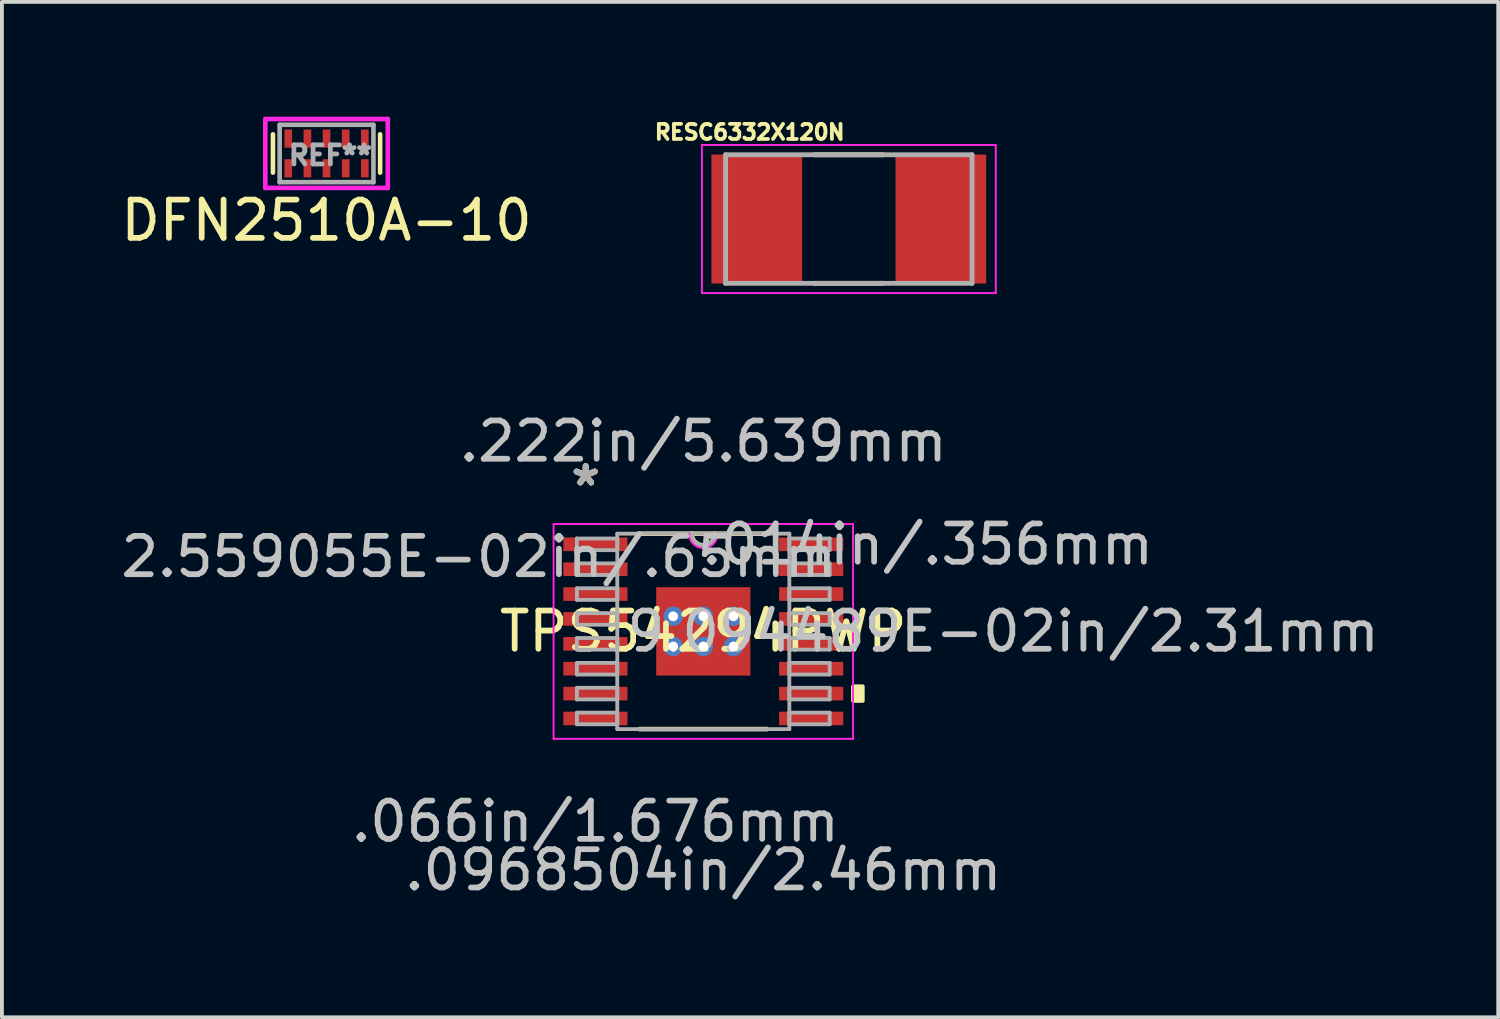
<source format=kicad_pcb>
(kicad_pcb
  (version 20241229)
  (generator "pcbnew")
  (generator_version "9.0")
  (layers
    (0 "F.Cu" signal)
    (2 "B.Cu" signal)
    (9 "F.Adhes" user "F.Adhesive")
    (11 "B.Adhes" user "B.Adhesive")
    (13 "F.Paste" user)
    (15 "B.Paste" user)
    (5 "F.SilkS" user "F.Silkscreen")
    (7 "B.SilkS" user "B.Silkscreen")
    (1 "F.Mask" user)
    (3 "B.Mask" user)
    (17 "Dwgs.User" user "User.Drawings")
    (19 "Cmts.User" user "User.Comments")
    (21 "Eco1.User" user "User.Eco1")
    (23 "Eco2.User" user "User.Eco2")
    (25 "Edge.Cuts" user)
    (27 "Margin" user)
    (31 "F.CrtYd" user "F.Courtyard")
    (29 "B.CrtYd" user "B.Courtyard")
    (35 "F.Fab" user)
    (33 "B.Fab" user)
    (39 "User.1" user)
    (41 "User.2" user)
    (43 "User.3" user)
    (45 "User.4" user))
  (footprint "DFN2510A-10"
    (layer "F.Cu")
    (at 5.482 0.96)
    (property "Reference" "DFN2510A-10" (at 0 1.75 0) (layer "F.SilkS") (effects (font (size 1 1) (thickness 0.15))))
    (attr through_hole)
    (fp_line (start -1.4 -0.5) (end -1.4 0.5) (stroke (width 0.12) (type solid)) (layer "F.SilkS"))
    (fp_line (start 1.4 -0.5) (end 1.4 0.5) (stroke (width 0.12) (type solid)) (layer "F.SilkS"))
    (fp_line (start -1.6 -0.9) (end -1.6 0.9) (stroke (width 0.12) (type solid)) (layer "F.CrtYd"))
    (fp_line (start -1.6 0.9) (end 1.6 0.9) (stroke (width 0.12) (type solid)) (layer "F.CrtYd"))
    (fp_line (start 0 -0.9) (end -1.6 -0.9) (stroke (width 0.12) (type solid)) (layer "F.CrtYd"))
    (fp_line (start 1.6 -0.9) (end 0 -0.9) (stroke (width 0.12) (type solid)) (layer "F.CrtYd"))
    (fp_line (start 1.6 0.9) (end 1.6 -0.9) (stroke (width 0.12) (type solid)) (layer "F.CrtYd"))
    (fp_line (start -1.225 -0.75) (end 1.225 -0.75) (stroke (width 0.12) (type solid)) (layer "F.Fab"))
    (fp_line (start -1.225 0.75) (end -1.225 -0.75) (stroke (width 0.12) (type solid)) (layer "F.Fab"))
    (fp_line (start 1.225 -0.75) (end 1.225 0.75) (stroke (width 0.12) (type solid)) (layer "F.Fab"))
    (fp_line (start 1.225 0.75) (end -1.225 0.75) (stroke (width 0.12) (type solid)) (layer "F.Fab"))
    (fp_text user "REF**" (at 0.1 0.05 0) (layer "F.Fab") (effects (font (size 0.5 0.5) (thickness 0.125))))
    (pad "1" smd rect (at -1 -0.388) (size 0.2 0.475) (layers "F.Cu" "F.Mask" "F.Paste"))
    (pad "2" smd rect (at -0.5 -0.388) (size 0.2 0.475) (layers "F.Cu" "F.Mask" "F.Paste"))
    (pad "3" smd rect (at 0 -0.388) (size 0.2 0.475) (layers "F.Cu" "F.Mask" "F.Paste"))
    (pad "4" smd rect (at 0.5 -0.388) (size 0.2 0.475) (layers "F.Cu" "F.Mask" "F.Paste"))
    (pad "5" smd rect (at 1 -0.388) (size 0.2 0.475) (layers "F.Cu" "F.Mask" "F.Paste"))
    (pad "6" smd rect (at 1 0.388) (size 0.2 0.475) (layers "F.Cu" "F.Mask" "F.Paste"))
    (pad "7" smd rect (at 0.5 0.388) (size 0.2 0.475) (layers "F.Cu" "F.Mask" "F.Paste"))
    (pad "8" smd rect (at 0 0.388) (size 0.2 0.475) (layers "F.Cu" "F.Mask" "F.Paste"))
    (pad "9" smd rect (at -0.5 0.388) (size 0.2 0.475) (layers "F.Cu" "F.Mask" "F.Paste"))
    (pad "10" smd rect (at -1 0.388) (size 0.2 0.475) (layers "F.Cu" "F.Mask" "F.Paste")))
  (footprint "RESC6332X120N"
    (layer "F.Cu")
    (at 19.128 2.673)
    (property "Reference" "RESC6332X120N" (at -2.59 -2.27 0) (layer "F.SilkS") (effects (font (size 0.394 0.394) (thickness 0.15))))
    (attr through_hole)
    (fp_line (start -0.9 -1.68) (end 0.9 -1.68) (stroke (width 0.127) (type solid)) (layer "F.SilkS"))
    (fp_line (start -0.9 1.68) (end 0.9 1.68) (stroke (width 0.127) (type solid)) (layer "F.SilkS"))
    (fp_line (start -3.84 -1.935) (end 3.84 -1.935) (stroke (width 0.05) (type solid)) (layer "F.CrtYd"))
    (fp_line (start -3.84 1.935) (end -3.84 -1.935) (stroke (width 0.05) (type solid)) (layer "F.CrtYd"))
    (fp_line (start -3.84 1.935) (end 3.84 1.935) (stroke (width 0.05) (type solid)) (layer "F.CrtYd"))
    (fp_line (start 3.84 1.935) (end 3.84 -1.935) (stroke (width 0.05) (type solid)) (layer "F.CrtYd"))
    (fp_line (start -3.22 1.68) (end -3.22 -1.68) (stroke (width 0.127) (type solid)) (layer "F.Fab"))
    (fp_line (start 3.22 -1.68) (end -3.22 -1.68) (stroke (width 0.127) (type solid)) (layer "F.Fab"))
    (fp_line (start 3.22 1.68) (end -3.22 1.68) (stroke (width 0.127) (type solid)) (layer "F.Fab"))
    (fp_line (start 3.22 1.68) (end 3.22 -1.68) (stroke (width 0.127) (type solid)) (layer "F.Fab"))
    (pad "1" smd rect (at -2.405 0) (size 2.37 3.37) (layers "F.Cu" "F.Mask" "F.Paste"))
    (pad "2" smd rect (at 2.405 0) (size 2.37 3.37) (layers "F.Cu" "F.Mask" "F.Paste")))
  (footprint "TPS54294PWP"
    (layer "F.Cu")
    (at 15.326 13.447)
    (property "Reference" "TPS54294PWP" (at 0 0 0) (layer "F.SilkS") (effects (font (size 1 1) (thickness 0.15))))
    (attr through_hole)
    (fp_poly (pts (xy -1.294 -1.218) (xy -0.987 -1.218) (xy -0.987 1.218) (xy -1.294 1.218)) (stroke (width 0.1) (type solid)) (fill yes) (layer "F.Mask"))
    (fp_poly (pts (xy -1.294 -1.218) (xy 1.294 -1.218) (xy 1.294 -0.594) (xy -1.294 -0.594)) (stroke (width 0.1) (type solid)) (fill yes) (layer "F.Mask"))
    (fp_poly (pts (xy -1.294 -0.194) (xy 1.294 -0.194) (xy 1.294 0.194) (xy -1.294 0.194)) (stroke (width 0.1) (type solid)) (fill yes) (layer "F.Mask"))
    (fp_poly (pts (xy -1.294 0.594) (xy 1.294 0.594) (xy 1.294 1.218) (xy -1.294 1.218)) (stroke (width 0.1) (type solid)) (fill yes) (layer "F.Mask"))
    (fp_poly (pts (xy -0.2 -1.218) (xy -0.587 -1.218) (xy -0.587 1.218) (xy -0.2 1.218)) (stroke (width 0.1) (type solid)) (fill yes) (layer "F.Mask"))
    (fp_poly (pts (xy 0.587 -1.218) (xy 0.2 -1.218) (xy 0.2 1.218) (xy 0.587 1.218)) (stroke (width 0.1) (type solid)) (fill yes) (layer "F.Mask"))
    (fp_poly (pts (xy 0.987 -1.218) (xy 1.294 -1.218) (xy 1.294 1.218) (xy 0.987 1.218)) (stroke (width 0.1) (type solid)) (fill yes) (layer "F.Mask"))
    (fp_line (start -1.664 2.553) (end 1.664 2.553) (stroke (width 0.12) (type solid)) (layer "F.SilkS"))
    (fp_line (start 1.664 -2.553) (end -1.664 -2.553) (stroke (width 0.12) (type solid)) (layer "F.SilkS"))
    (fp_arc (start 0.3048 -2.5527) (mid 0 -2.2479) (end -0.3048 -2.5527) (stroke (width 0.12) (type solid)) (layer "F.SilkS"))
    (fp_poly (pts (xy 4.166 1.435) (xy 4.166 1.816) (xy 3.912 1.816) (xy 3.912 1.435)) (stroke (width 0.1) (type solid)) (fill yes) (layer "F.SilkS"))
    (fp_poly (pts (xy -1.155 -1.08) (xy -1.155 -0.494) (xy -1.029 -0.494) (xy -0.887 -0.635) (xy -0.887 -1.08)) (stroke (width 0.1) (type solid)) (fill yes) (layer "F.Paste"))
    (fp_poly (pts (xy -1.155 0.494) (xy -1.155 1.08) (xy -0.887 1.08) (xy -0.887 0.635) (xy -1.029 0.494)) (stroke (width 0.1) (type solid)) (fill yes) (layer "F.Paste"))
    (fp_poly (pts (xy 0.887 -1.08) (xy 0.887 -0.635) (xy 1.029 -0.494) (xy 1.155 -0.494) (xy 1.155 -1.08)) (stroke (width 0.1) (type solid)) (fill yes) (layer "F.Paste"))
    (fp_poly (pts (xy 1.029 0.494) (xy 0.887 0.635) (xy 0.887 1.08) (xy 1.155 1.08) (xy 1.155 0.494)) (stroke (width 0.1) (type solid)) (fill yes) (layer "F.Paste"))
    (fp_poly (pts (xy -1.155 -0.294) (xy -1.155 0.294) (xy -1.029 0.294) (xy -0.887 0.152) (xy -0.887 -0.152) (xy -1.029 -0.294)) (stroke (width 0.1) (type solid)) (fill yes) (layer "F.Paste"))
    (fp_poly (pts (xy -0.687 -1.08) (xy -0.687 -0.635) (xy -0.546 -0.494) (xy -0.241 -0.494) (xy -0.1 -0.635) (xy -0.1 -1.08)) (stroke (width 0.1) (type solid)) (fill yes) (layer "F.Paste"))
    (fp_poly (pts (xy -0.546 0.494) (xy -0.687 0.635) (xy -0.687 1.08) (xy -0.1 1.08) (xy -0.1 0.635) (xy -0.241 0.494)) (stroke (width 0.1) (type solid)) (fill yes) (layer "F.Paste"))
    (fp_poly (pts (xy 0.1 -1.08) (xy 0.1 -0.635) (xy 0.241 -0.494) (xy 0.546 -0.494) (xy 0.687 -0.635) (xy 0.687 -1.08)) (stroke (width 0.1) (type solid)) (fill yes) (layer "F.Paste"))
    (fp_poly (pts (xy 0.241 0.494) (xy 0.1 0.635) (xy 0.1 1.08) (xy 0.687 1.08) (xy 0.687 0.635) (xy 0.546 0.494)) (stroke (width 0.1) (type solid)) (fill yes) (layer "F.Paste"))
    (fp_poly (pts (xy 1.029 -0.294) (xy 0.887 -0.152) (xy 0.887 0.152) (xy 1.029 0.294) (xy 1.155 0.294) (xy 1.155 -0.294)) (stroke (width 0.1) (type solid)) (fill yes) (layer "F.Paste"))
    (fp_poly (pts (xy -0.546 -0.294) (xy -0.687 -0.152) (xy -0.687 0.152) (xy -0.546 0.294) (xy -0.241 0.294) (xy -0.1 0.152) (xy -0.1 -0.152) (xy -0.241 -0.294)) (stroke (width 0.1) (type solid)) (fill yes) (layer "F.Paste"))
    (fp_poly (pts (xy 0.241 -0.294) (xy 0.1 -0.152) (xy 0.1 0.152) (xy 0.241 0.294) (xy 0.546 0.294) (xy 0.687 0.152) (xy 0.687 -0.152) (xy 0.546 -0.294)) (stroke (width 0.1) (type solid)) (fill yes) (layer "F.Paste"))
    (fp_line (start -3.912 -2.807) (end 3.912 -2.807) (stroke (width 0.05) (type solid)) (layer "F.CrtYd"))
    (fp_line (start -3.912 2.807) (end -3.912 -2.807) (stroke (width 0.05) (type solid)) (layer "F.CrtYd"))
    (fp_line (start 3.912 -2.807) (end 3.912 2.807) (stroke (width 0.05) (type solid)) (layer "F.CrtYd"))
    (fp_line (start 3.912 2.807) (end -3.912 2.807) (stroke (width 0.05) (type solid)) (layer "F.CrtYd"))
    (fp_arc (start 0.37465 -2.5527) (mid 0 -2.17805) (end -0.37465 -2.5527) (stroke (width 0.05) (type solid)) (layer "F.CrtYd"))
    (fp_line (start -3.302 -2.427) (end -3.302 -2.123) (stroke (width 0.1) (type solid)) (layer "F.Fab"))
    (fp_line (start -3.302 -2.123) (end -2.248 -2.123) (stroke (width 0.1) (type solid)) (layer "F.Fab"))
    (fp_line (start -3.302 -1.777) (end -3.302 -1.473) (stroke (width 0.1) (type solid)) (layer "F.Fab"))
    (fp_line (start -3.302 -1.473) (end -2.248 -1.473) (stroke (width 0.1) (type solid)) (layer "F.Fab"))
    (fp_line (start -3.302 -1.127) (end -3.302 -0.823) (stroke (width 0.1) (type solid)) (layer "F.Fab"))
    (fp_line (start -3.302 -0.823) (end -2.248 -0.823) (stroke (width 0.1) (type solid)) (layer "F.Fab"))
    (fp_line (start -3.302 -0.477) (end -3.302 -0.173) (stroke (width 0.1) (type solid)) (layer "F.Fab"))
    (fp_line (start -3.302 -0.173) (end -2.248 -0.173) (stroke (width 0.1) (type solid)) (layer "F.Fab"))
    (fp_line (start -3.302 0.173) (end -3.302 0.477) (stroke (width 0.1) (type solid)) (layer "F.Fab"))
    (fp_line (start -3.302 0.477) (end -2.248 0.477) (stroke (width 0.1) (type solid)) (layer "F.Fab"))
    (fp_line (start -3.302 0.823) (end -3.302 1.127) (stroke (width 0.1) (type solid)) (layer "F.Fab"))
    (fp_line (start -3.302 1.127) (end -2.248 1.127) (stroke (width 0.1) (type solid)) (layer "F.Fab"))
    (fp_line (start -3.302 1.473) (end -3.302 1.777) (stroke (width 0.1) (type solid)) (layer "F.Fab"))
    (fp_line (start -3.302 1.777) (end -2.248 1.777) (stroke (width 0.1) (type solid)) (layer "F.Fab"))
    (fp_line (start -3.302 2.123) (end -3.302 2.427) (stroke (width 0.1) (type solid)) (layer "F.Fab"))
    (fp_line (start -3.302 2.427) (end -2.248 2.427) (stroke (width 0.1) (type solid)) (layer "F.Fab"))
    (fp_line (start -2.248 -2.553) (end -2.248 2.553) (stroke (width 0.1) (type solid)) (layer "F.Fab"))
    (fp_line (start -2.248 -2.427) (end -3.302 -2.427) (stroke (width 0.1) (type solid)) (layer "F.Fab"))
    (fp_line (start -2.248 -2.123) (end -2.248 -2.427) (stroke (width 0.1) (type solid)) (layer "F.Fab"))
    (fp_line (start -2.248 -1.777) (end -3.302 -1.777) (stroke (width 0.1) (type solid)) (layer "F.Fab"))
    (fp_line (start -2.248 -1.473) (end -2.248 -1.777) (stroke (width 0.1) (type solid)) (layer "F.Fab"))
    (fp_line (start -2.248 -1.127) (end -3.302 -1.127) (stroke (width 0.1) (type solid)) (layer "F.Fab"))
    (fp_line (start -2.248 -0.823) (end -2.248 -1.127) (stroke (width 0.1) (type solid)) (layer "F.Fab"))
    (fp_line (start -2.248 -0.477) (end -3.302 -0.477) (stroke (width 0.1) (type solid)) (layer "F.Fab"))
    (fp_line (start -2.248 -0.173) (end -2.248 -0.477) (stroke (width 0.1) (type solid)) (layer "F.Fab"))
    (fp_line (start -2.248 0.173) (end -3.302 0.173) (stroke (width 0.1) (type solid)) (layer "F.Fab"))
    (fp_line (start -2.248 0.477) (end -2.248 0.173) (stroke (width 0.1) (type solid)) (layer "F.Fab"))
    (fp_line (start -2.248 0.823) (end -3.302 0.823) (stroke (width 0.1) (type solid)) (layer "F.Fab"))
    (fp_line (start -2.248 1.127) (end -2.248 0.823) (stroke (width 0.1) (type solid)) (layer "F.Fab"))
    (fp_line (start -2.248 1.473) (end -3.302 1.473) (stroke (width 0.1) (type solid)) (layer "F.Fab"))
    (fp_line (start -2.248 1.777) (end -2.248 1.473) (stroke (width 0.1) (type solid)) (layer "F.Fab"))
    (fp_line (start -2.248 2.123) (end -3.302 2.123) (stroke (width 0.1) (type solid)) (layer "F.Fab"))
    (fp_line (start -2.248 2.427) (end -2.248 2.123) (stroke (width 0.1) (type solid)) (layer "F.Fab"))
    (fp_line (start -2.248 2.553) (end 2.248 2.553) (stroke (width 0.1) (type solid)) (layer "F.Fab"))
    (fp_line (start 2.248 -2.553) (end -2.248 -2.553) (stroke (width 0.1) (type solid)) (layer "F.Fab"))
    (fp_line (start 2.248 -2.427) (end 2.248 -2.123) (stroke (width 0.1) (type solid)) (layer "F.Fab"))
    (fp_line (start 2.248 -2.123) (end 3.302 -2.123) (stroke (width 0.1) (type solid)) (layer "F.Fab"))
    (fp_line (start 2.248 -1.777) (end 2.248 -1.473) (stroke (width 0.1) (type solid)) (layer "F.Fab"))
    (fp_line (start 2.248 -1.473) (end 3.302 -1.473) (stroke (width 0.1) (type solid)) (layer "F.Fab"))
    (fp_line (start 2.248 -1.127) (end 2.248 -0.823) (stroke (width 0.1) (type solid)) (layer "F.Fab"))
    (fp_line (start 2.248 -0.823) (end 3.302 -0.823) (stroke (width 0.1) (type solid)) (layer "F.Fab"))
    (fp_line (start 2.248 -0.477) (end 2.248 -0.173) (stroke (width 0.1) (type solid)) (layer "F.Fab"))
    (fp_line (start 2.248 -0.173) (end 3.302 -0.173) (stroke (width 0.1) (type solid)) (layer "F.Fab"))
    (fp_line (start 2.248 0.173) (end 2.248 0.477) (stroke (width 0.1) (type solid)) (layer "F.Fab"))
    (fp_line (start 2.248 0.477) (end 3.302 0.477) (stroke (width 0.1) (type solid)) (layer "F.Fab"))
    (fp_line (start 2.248 0.823) (end 2.248 1.127) (stroke (width 0.1) (type solid)) (layer "F.Fab"))
    (fp_line (start 2.248 1.127) (end 3.302 1.127) (stroke (width 0.1) (type solid)) (layer "F.Fab"))
    (fp_line (start 2.248 1.473) (end 2.248 1.777) (stroke (width 0.1) (type solid)) (layer "F.Fab"))
    (fp_line (start 2.248 1.777) (end 3.302 1.777) (stroke (width 0.1) (type solid)) (layer "F.Fab"))
    (fp_line (start 2.248 2.123) (end 2.248 2.427) (stroke (width 0.1) (type solid)) (layer "F.Fab"))
    (fp_line (start 2.248 2.427) (end 3.302 2.427) (stroke (width 0.1) (type solid)) (layer "F.Fab"))
    (fp_line (start 2.248 2.553) (end 2.248 -2.553) (stroke (width 0.1) (type solid)) (layer "F.Fab"))
    (fp_line (start 3.302 -2.427) (end 2.248 -2.427) (stroke (width 0.1) (type solid)) (layer "F.Fab"))
    (fp_line (start 3.302 -2.123) (end 3.302 -2.427) (stroke (width 0.1) (type solid)) (layer "F.Fab"))
    (fp_line (start 3.302 -1.777) (end 2.248 -1.777) (stroke (width 0.1) (type solid)) (layer "F.Fab"))
    (fp_line (start 3.302 -1.473) (end 3.302 -1.777) (stroke (width 0.1) (type solid)) (layer "F.Fab"))
    (fp_line (start 3.302 -1.127) (end 2.248 -1.127) (stroke (width 0.1) (type solid)) (layer "F.Fab"))
    (fp_line (start 3.302 -0.823) (end 3.302 -1.127) (stroke (width 0.1) (type solid)) (layer "F.Fab"))
    (fp_line (start 3.302 -0.477) (end 2.248 -0.477) (stroke (width 0.1) (type solid)) (layer "F.Fab"))
    (fp_line (start 3.302 -0.173) (end 3.302 -0.477) (stroke (width 0.1) (type solid)) (layer "F.Fab"))
    (fp_line (start 3.302 0.173) (end 2.248 0.173) (stroke (width 0.1) (type solid)) (layer "F.Fab"))
    (fp_line (start 3.302 0.477) (end 3.302 0.173) (stroke (width 0.1) (type solid)) (layer "F.Fab"))
    (fp_line (start 3.302 0.823) (end 2.248 0.823) (stroke (width 0.1) (type solid)) (layer "F.Fab"))
    (fp_line (start 3.302 1.127) (end 3.302 0.823) (stroke (width 0.1) (type solid)) (layer "F.Fab"))
    (fp_line (start 3.302 1.473) (end 2.248 1.473) (stroke (width 0.1) (type solid)) (layer "F.Fab"))
    (fp_line (start 3.302 1.777) (end 3.302 1.473) (stroke (width 0.1) (type solid)) (layer "F.Fab"))
    (fp_line (start 3.302 2.123) (end 2.248 2.123) (stroke (width 0.1) (type solid)) (layer "F.Fab"))
    (fp_line (start 3.302 2.427) (end 3.302 2.123) (stroke (width 0.1) (type solid)) (layer "F.Fab"))
    (fp_arc (start 0.3048 -2.5527) (mid 0 -2.2479) (end -0.3048 -2.5527) (stroke (width 0.1) (type solid)) (layer "F.Fab"))
    (fp_text user "*" (at -3.073 -3.774 0) (layer "F.SilkS") (effects (font (size 1 1) (thickness 0.15))))
    (fp_text user "*" (at -3.073 -3.774 0) (layer "F.SilkS") (effects (font (size 1 1) (thickness 0.15))))
    (fp_text user "9.094489E-02in/2.31mm" (at 7.836 0 0) (layer "Dwgs.User") (effects (font (size 1 1) (thickness 0.15))))
    (fp_text user "2.559055E-02in/.65mm" (at -5.867 -1.95 0) (layer "Dwgs.User") (effects (font (size 1 1) (thickness 0.15))))
    (fp_text user ".066in/1.676mm" (at -2.819 4.966 0) (layer "Dwgs.User") (effects (font (size 1 1) (thickness 0.15))))
    (fp_text user ".014in/.356mm" (at 5.867 -2.275 0) (layer "Dwgs.User") (effects (font (size 1 1) (thickness 0.15))))
    (fp_text user ".0968504in/2.46mm" (at 0 6.236 0) (layer "Dwgs.User") (effects (font (size 1 1) (thickness 0.15))))
    (fp_text user ".222in/5.639mm" (at 0 -4.966 0) (layer "Dwgs.User") (effects (font (size 1 1) (thickness 0.15))))
    (fp_text user "Copyright 2021 Accelerated Designs. All rights reserved." (at 0 0 0) (layer "Cmts.User") (effects (font (size 0.127 0.127) (thickness 0.002))))
    (fp_text user "*" (at -3.073 -3.774 0) (layer "F.Fab") (effects (font (size 1 1) (thickness 0.15))))
    (fp_text user "*" (at -3.073 -3.774 0) (layer "F.Fab") (effects (font (size 1 1) (thickness 0.15))))
    (pad "1" smd rect (at -2.819 -2.275) (size 1.676 0.356) (layers "F.Cu" "F.Mask" "F.Paste"))
    (pad "2" smd rect (at -2.819 -1.625) (size 1.676 0.356) (layers "F.Cu" "F.Mask" "F.Paste"))
    (pad "3" smd rect (at -2.819 -0.975) (size 1.676 0.356) (layers "F.Cu" "F.Mask" "F.Paste"))
    (pad "4" smd rect (at -2.819 -0.325) (size 1.676 0.356) (layers "F.Cu" "F.Mask" "F.Paste"))
    (pad "5" smd rect (at -2.819 0.325) (size 1.676 0.356) (layers "F.Cu" "F.Mask" "F.Paste"))
    (pad "6" smd rect (at -2.819 0.975) (size 1.676 0.356) (layers "F.Cu" "F.Mask" "F.Paste"))
    (pad "7" smd rect (at -2.819 1.625) (size 1.676 0.356) (layers "F.Cu" "F.Mask" "F.Paste"))
    (pad "8" smd rect (at -2.819 2.275) (size 1.676 0.356) (layers "F.Cu" "F.Mask" "F.Paste"))
    (pad "9" smd rect (at 2.819 2.275) (size 1.676 0.356) (layers "F.Cu" "F.Mask" "F.Paste"))
    (pad "10" smd rect (at 2.819 1.625) (size 1.676 0.356) (layers "F.Cu" "F.Mask" "F.Paste"))
    (pad "11" smd rect (at 2.819 0.975) (size 1.676 0.356) (layers "F.Cu" "F.Mask" "F.Paste"))
    (pad "12" smd rect (at 2.819 0.325) (size 1.676 0.356) (layers "F.Cu" "F.Mask" "F.Paste"))
    (pad "13" smd rect (at 2.819 -0.325) (size 1.676 0.356) (layers "F.Cu" "F.Mask" "F.Paste"))
    (pad "14" smd rect (at 2.819 -0.975) (size 1.676 0.356) (layers "F.Cu" "F.Mask" "F.Paste"))
    (pad "15" smd rect (at 2.819 -1.625) (size 1.676 0.356) (layers "F.Cu" "F.Mask" "F.Paste"))
    (pad "16" smd rect (at 2.819 -2.275) (size 1.676 0.356) (layers "F.Cu" "F.Mask" "F.Paste"))
    (pad "EPAD" smd rect (at 0 0) (size 2.46 2.31) (layers "F.Cu" "F.Mask" "F.Paste"))
    (pad "V" thru_hole circle (at -0.787 -0.394) (size 0.508 0.508) (drill 0.254) (layers "*.Cu" "*.Mask"))
    (pad "V" thru_hole circle (at -0.787 0.394) (size 0.508 0.508) (drill 0.254) (layers "*.Cu" "*.Mask"))
    (pad "V" thru_hole circle (at 0 -0.394) (size 0.508 0.508) (drill 0.254) (layers "*.Cu" "*.Mask"))
    (pad "V" thru_hole circle (at 0 0.394) (size 0.508 0.508) (drill 0.254) (layers "*.Cu" "*.Mask"))
    (pad "V" thru_hole circle (at 0.787 -0.394) (size 0.508 0.508) (drill 0.254) (layers "*.Cu" "*.Mask"))
    (pad "V" thru_hole circle (at 0.787 0.394) (size 0.508 0.508) (drill 0.254) (layers "*.Cu" "*.Mask")))
  (gr_rect
    (start -3 -3)
    (end 36.096 23.531)
    (stroke (width 0.1) (type default))
    (fill no)
    (layer "Edge.Cuts")))
</source>
